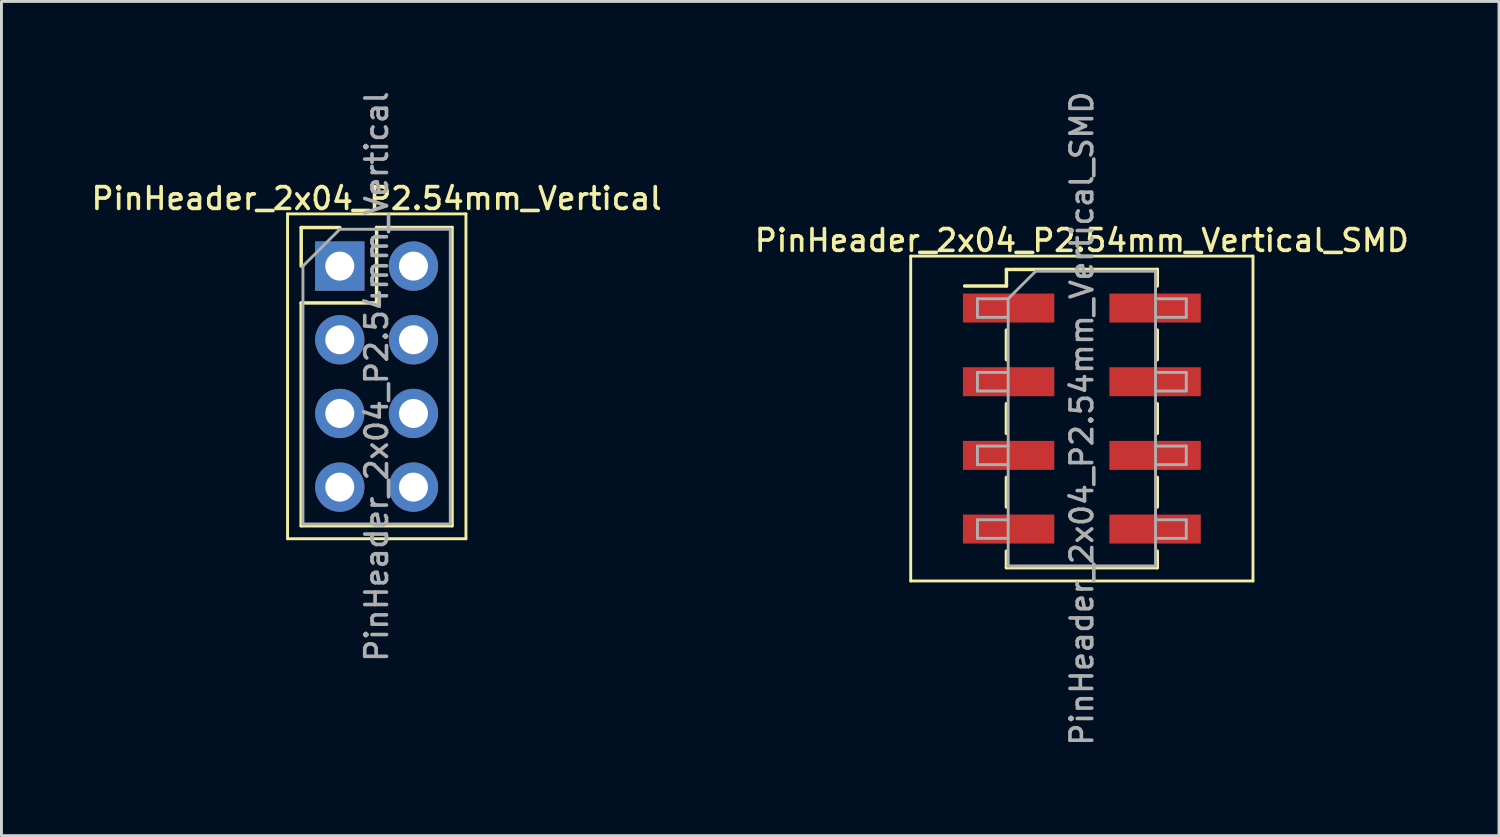
<source format=kicad_pcb>
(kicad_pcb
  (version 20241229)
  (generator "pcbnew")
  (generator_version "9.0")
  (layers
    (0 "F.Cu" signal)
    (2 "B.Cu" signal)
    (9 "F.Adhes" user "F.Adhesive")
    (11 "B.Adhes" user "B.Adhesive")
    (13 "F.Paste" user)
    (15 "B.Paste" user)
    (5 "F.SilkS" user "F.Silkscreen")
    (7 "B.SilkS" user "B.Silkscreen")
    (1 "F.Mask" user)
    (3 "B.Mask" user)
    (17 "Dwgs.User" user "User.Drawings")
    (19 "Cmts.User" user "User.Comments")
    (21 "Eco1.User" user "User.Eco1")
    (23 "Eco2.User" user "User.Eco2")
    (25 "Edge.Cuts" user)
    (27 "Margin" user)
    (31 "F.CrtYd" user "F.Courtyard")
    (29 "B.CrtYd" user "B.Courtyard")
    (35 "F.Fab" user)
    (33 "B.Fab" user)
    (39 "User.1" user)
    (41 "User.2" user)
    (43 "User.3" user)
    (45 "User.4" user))
  (footprint "PinHeader_2x04_P2.54mm_Vertical"
    (layer "F.Cu")
    (at 8.664 6.124)
    (property "Reference" "PinHeader_2x04_P2.54mm_Vertical" (at 1.27 -2.33 0) (layer "F.SilkS") (effects (font (size 0.75 0.75) (thickness 0.125))))
    (attr through_hole)
    (fp_line (start -1.8 -1.8) (end -1.8 9.4) (stroke (width 0.1) (type solid)) (layer "F.SilkS"))
    (fp_line (start -1.8 9.4) (end 4.35 9.4) (stroke (width 0.1) (type solid)) (layer "F.SilkS"))
    (fp_line (start -1.33 -1.33) (end 0 -1.33) (stroke (width 0.12) (type solid)) (layer "F.SilkS"))
    (fp_line (start -1.33 0) (end -1.33 -1.33) (stroke (width 0.12) (type solid)) (layer "F.SilkS"))
    (fp_line (start -1.33 1.27) (end -1.33 8.95) (stroke (width 0.12) (type solid)) (layer "F.SilkS"))
    (fp_line (start -1.33 1.27) (end 1.27 1.27) (stroke (width 0.12) (type solid)) (layer "F.SilkS"))
    (fp_line (start -1.33 8.95) (end 3.87 8.95) (stroke (width 0.12) (type solid)) (layer "F.SilkS"))
    (fp_line (start 1.27 -1.33) (end 3.87 -1.33) (stroke (width 0.12) (type solid)) (layer "F.SilkS"))
    (fp_line (start 1.27 1.27) (end 1.27 -1.33) (stroke (width 0.12) (type solid)) (layer "F.SilkS"))
    (fp_line (start 3.87 -1.33) (end 3.87 8.95) (stroke (width 0.12) (type solid)) (layer "F.SilkS"))
    (fp_line (start 4.35 -1.8) (end -1.8 -1.8) (stroke (width 0.1) (type solid)) (layer "F.SilkS"))
    (fp_line (start 4.35 9.4) (end 4.35 -1.8) (stroke (width 0.1) (type solid)) (layer "F.SilkS"))
    (fp_line (start -1.27 0) (end 0 -1.27) (stroke (width 0.1) (type solid)) (layer "F.Fab"))
    (fp_line (start -1.27 8.89) (end -1.27 0) (stroke (width 0.1) (type solid)) (layer "F.Fab"))
    (fp_line (start 0 -1.27) (end 3.81 -1.27) (stroke (width 0.1) (type solid)) (layer "F.Fab"))
    (fp_line (start 3.81 -1.27) (end 3.81 8.89) (stroke (width 0.1) (type solid)) (layer "F.Fab"))
    (fp_line (start 3.81 8.89) (end -1.27 8.89) (stroke (width 0.1) (type solid)) (layer "F.Fab"))
    (fp_text user "${REFERENCE}" (at 1.27 3.81 90) (layer "F.Fab") (effects (font (size 0.75 0.75) (thickness 0.125))))
    (pad "1" thru_hole rect (at 0 0) (size 1.7 1.7) (drill 1) (layers "*.Cu" "*.Mask"))
    (pad "2" thru_hole oval (at 2.54 0) (size 1.7 1.7) (drill 1) (layers "*.Cu" "*.Mask"))
    (pad "3" thru_hole oval (at 0 2.54) (size 1.7 1.7) (drill 1) (layers "*.Cu" "*.Mask"))
    (pad "4" thru_hole oval (at 2.54 2.54) (size 1.7 1.7) (drill 1) (layers "*.Cu" "*.Mask"))
    (pad "5" thru_hole oval (at 0 5.08) (size 1.7 1.7) (drill 1) (layers "*.Cu" "*.Mask"))
    (pad "6" thru_hole oval (at 2.54 5.08) (size 1.7 1.7) (drill 1) (layers "*.Cu" "*.Mask"))
    (pad "7" thru_hole oval (at 0 7.62) (size 1.7 1.7) (drill 1) (layers "*.Cu" "*.Mask"))
    (pad "8" thru_hole oval (at 2.54 7.62) (size 1.7 1.7) (drill 1) (layers "*.Cu" "*.Mask")))
  (footprint "PinHeader_2x04_P2.54mm_Vertical_SMD"
    (layer "F.Cu")
    (at 34.248 11.38)
    (property "Reference" "PinHeader_2x04_P2.54mm_Vertical_SMD" (at 0 -6.14 0) (layer "F.SilkS") (effects (font (size 0.75 0.75) (thickness 0.125))))
    (attr smd)
    (fp_line (start -5.9 -5.6) (end -5.9 5.6) (stroke (width 0.1) (type solid)) (layer "F.SilkS"))
    (fp_line (start -5.9 5.6) (end 5.9 5.6) (stroke (width 0.1) (type solid)) (layer "F.SilkS"))
    (fp_line (start -4.04 -4.57) (end -2.6 -4.57) (stroke (width 0.12) (type solid)) (layer "F.SilkS"))
    (fp_line (start -2.6 -5.14) (end -2.6 -4.57) (stroke (width 0.12) (type solid)) (layer "F.SilkS"))
    (fp_line (start -2.6 -5.14) (end 2.6 -5.14) (stroke (width 0.12) (type solid)) (layer "F.SilkS"))
    (fp_line (start -2.6 -3.05) (end -2.6 -2.03) (stroke (width 0.12) (type solid)) (layer "F.SilkS"))
    (fp_line (start -2.6 -0.51) (end -2.6 0.51) (stroke (width 0.12) (type solid)) (layer "F.SilkS"))
    (fp_line (start -2.6 2.03) (end -2.6 3.05) (stroke (width 0.12) (type solid)) (layer "F.SilkS"))
    (fp_line (start -2.6 4.57) (end -2.6 5.14) (stroke (width 0.12) (type solid)) (layer "F.SilkS"))
    (fp_line (start -2.6 5.14) (end 2.6 5.14) (stroke (width 0.12) (type solid)) (layer "F.SilkS"))
    (fp_line (start 2.6 -5.14) (end 2.6 -4.57) (stroke (width 0.12) (type solid)) (layer "F.SilkS"))
    (fp_line (start 2.6 -3.05) (end 2.6 -2.03) (stroke (width 0.12) (type solid)) (layer "F.SilkS"))
    (fp_line (start 2.6 -0.51) (end 2.6 0.51) (stroke (width 0.12) (type solid)) (layer "F.SilkS"))
    (fp_line (start 2.6 2.03) (end 2.6 3.05) (stroke (width 0.12) (type solid)) (layer "F.SilkS"))
    (fp_line (start 2.6 4.57) (end 2.6 5.14) (stroke (width 0.12) (type solid)) (layer "F.SilkS"))
    (fp_line (start 5.9 -5.6) (end -5.9 -5.6) (stroke (width 0.1) (type solid)) (layer "F.SilkS"))
    (fp_line (start 5.9 5.6) (end 5.9 -5.6) (stroke (width 0.1) (type solid)) (layer "F.SilkS"))
    (fp_line (start -3.6 -4.13) (end -3.6 -3.49) (stroke (width 0.1) (type solid)) (layer "F.Fab"))
    (fp_line (start -3.6 -3.49) (end -2.54 -3.49) (stroke (width 0.1) (type solid)) (layer "F.Fab"))
    (fp_line (start -3.6 -1.59) (end -3.6 -0.95) (stroke (width 0.1) (type solid)) (layer "F.Fab"))
    (fp_line (start -3.6 -0.95) (end -2.54 -0.95) (stroke (width 0.1) (type solid)) (layer "F.Fab"))
    (fp_line (start -3.6 0.95) (end -3.6 1.59) (stroke (width 0.1) (type solid)) (layer "F.Fab"))
    (fp_line (start -3.6 1.59) (end -2.54 1.59) (stroke (width 0.1) (type solid)) (layer "F.Fab"))
    (fp_line (start -3.6 3.49) (end -3.6 4.13) (stroke (width 0.1) (type solid)) (layer "F.Fab"))
    (fp_line (start -3.6 4.13) (end -2.54 4.13) (stroke (width 0.1) (type solid)) (layer "F.Fab"))
    (fp_line (start -2.54 -4.13) (end -3.6 -4.13) (stroke (width 0.1) (type solid)) (layer "F.Fab"))
    (fp_line (start -2.54 -4.13) (end -1.59 -5.08) (stroke (width 0.1) (type solid)) (layer "F.Fab"))
    (fp_line (start -2.54 -1.59) (end -3.6 -1.59) (stroke (width 0.1) (type solid)) (layer "F.Fab"))
    (fp_line (start -2.54 0.95) (end -3.6 0.95) (stroke (width 0.1) (type solid)) (layer "F.Fab"))
    (fp_line (start -2.54 3.49) (end -3.6 3.49) (stroke (width 0.1) (type solid)) (layer "F.Fab"))
    (fp_line (start -2.54 5.08) (end -2.54 -4.13) (stroke (width 0.1) (type solid)) (layer "F.Fab"))
    (fp_line (start -1.59 -5.08) (end 2.54 -5.08) (stroke (width 0.1) (type solid)) (layer "F.Fab"))
    (fp_line (start 2.54 -5.08) (end 2.54 5.08) (stroke (width 0.1) (type solid)) (layer "F.Fab"))
    (fp_line (start 2.54 -4.13) (end 3.6 -4.13) (stroke (width 0.1) (type solid)) (layer "F.Fab"))
    (fp_line (start 2.54 -1.59) (end 3.6 -1.59) (stroke (width 0.1) (type solid)) (layer "F.Fab"))
    (fp_line (start 2.54 0.95) (end 3.6 0.95) (stroke (width 0.1) (type solid)) (layer "F.Fab"))
    (fp_line (start 2.54 3.49) (end 3.6 3.49) (stroke (width 0.1) (type solid)) (layer "F.Fab"))
    (fp_line (start 2.54 5.08) (end -2.54 5.08) (stroke (width 0.1) (type solid)) (layer "F.Fab"))
    (fp_line (start 3.6 -4.13) (end 3.6 -3.49) (stroke (width 0.1) (type solid)) (layer "F.Fab"))
    (fp_line (start 3.6 -3.49) (end 2.54 -3.49) (stroke (width 0.1) (type solid)) (layer "F.Fab"))
    (fp_line (start 3.6 -1.59) (end 3.6 -0.95) (stroke (width 0.1) (type solid)) (layer "F.Fab"))
    (fp_line (start 3.6 -0.95) (end 2.54 -0.95) (stroke (width 0.1) (type solid)) (layer "F.Fab"))
    (fp_line (start 3.6 0.95) (end 3.6 1.59) (stroke (width 0.1) (type solid)) (layer "F.Fab"))
    (fp_line (start 3.6 1.59) (end 2.54 1.59) (stroke (width 0.1) (type solid)) (layer "F.Fab"))
    (fp_line (start 3.6 3.49) (end 3.6 4.13) (stroke (width 0.1) (type solid)) (layer "F.Fab"))
    (fp_line (start 3.6 4.13) (end 2.54 4.13) (stroke (width 0.1) (type solid)) (layer "F.Fab"))
    (fp_text user "${REFERENCE}" (at 0 0 90) (layer "F.Fab") (effects (font (size 0.75 0.75) (thickness 0.125))))
    (pad "1" smd rect (at -2.525 -3.81) (size 3.15 1) (layers "F.Cu" "F.Mask" "F.Paste"))
    (pad "2" smd rect (at 2.525 -3.81) (size 3.15 1) (layers "F.Cu" "F.Mask" "F.Paste"))
    (pad "3" smd rect (at -2.525 -1.27) (size 3.15 1) (layers "F.Cu" "F.Mask" "F.Paste"))
    (pad "4" smd rect (at 2.525 -1.27) (size 3.15 1) (layers "F.Cu" "F.Mask" "F.Paste"))
    (pad "5" smd rect (at -2.525 1.27) (size 3.15 1) (layers "F.Cu" "F.Mask" "F.Paste"))
    (pad "6" smd rect (at 2.525 1.27) (size 3.15 1) (layers "F.Cu" "F.Mask" "F.Paste"))
    (pad "7" smd rect (at -2.525 3.81) (size 3.15 1) (layers "F.Cu" "F.Mask" "F.Paste"))
    (pad "8" smd rect (at 2.525 3.81) (size 3.15 1) (layers "F.Cu" "F.Mask" "F.Paste")))
  (gr_rect
    (start -3 -3)
    (end 48.629 25.761)
    (stroke (width 0.1) (type default))
    (fill no)
    (layer "Edge.Cuts")))
</source>
